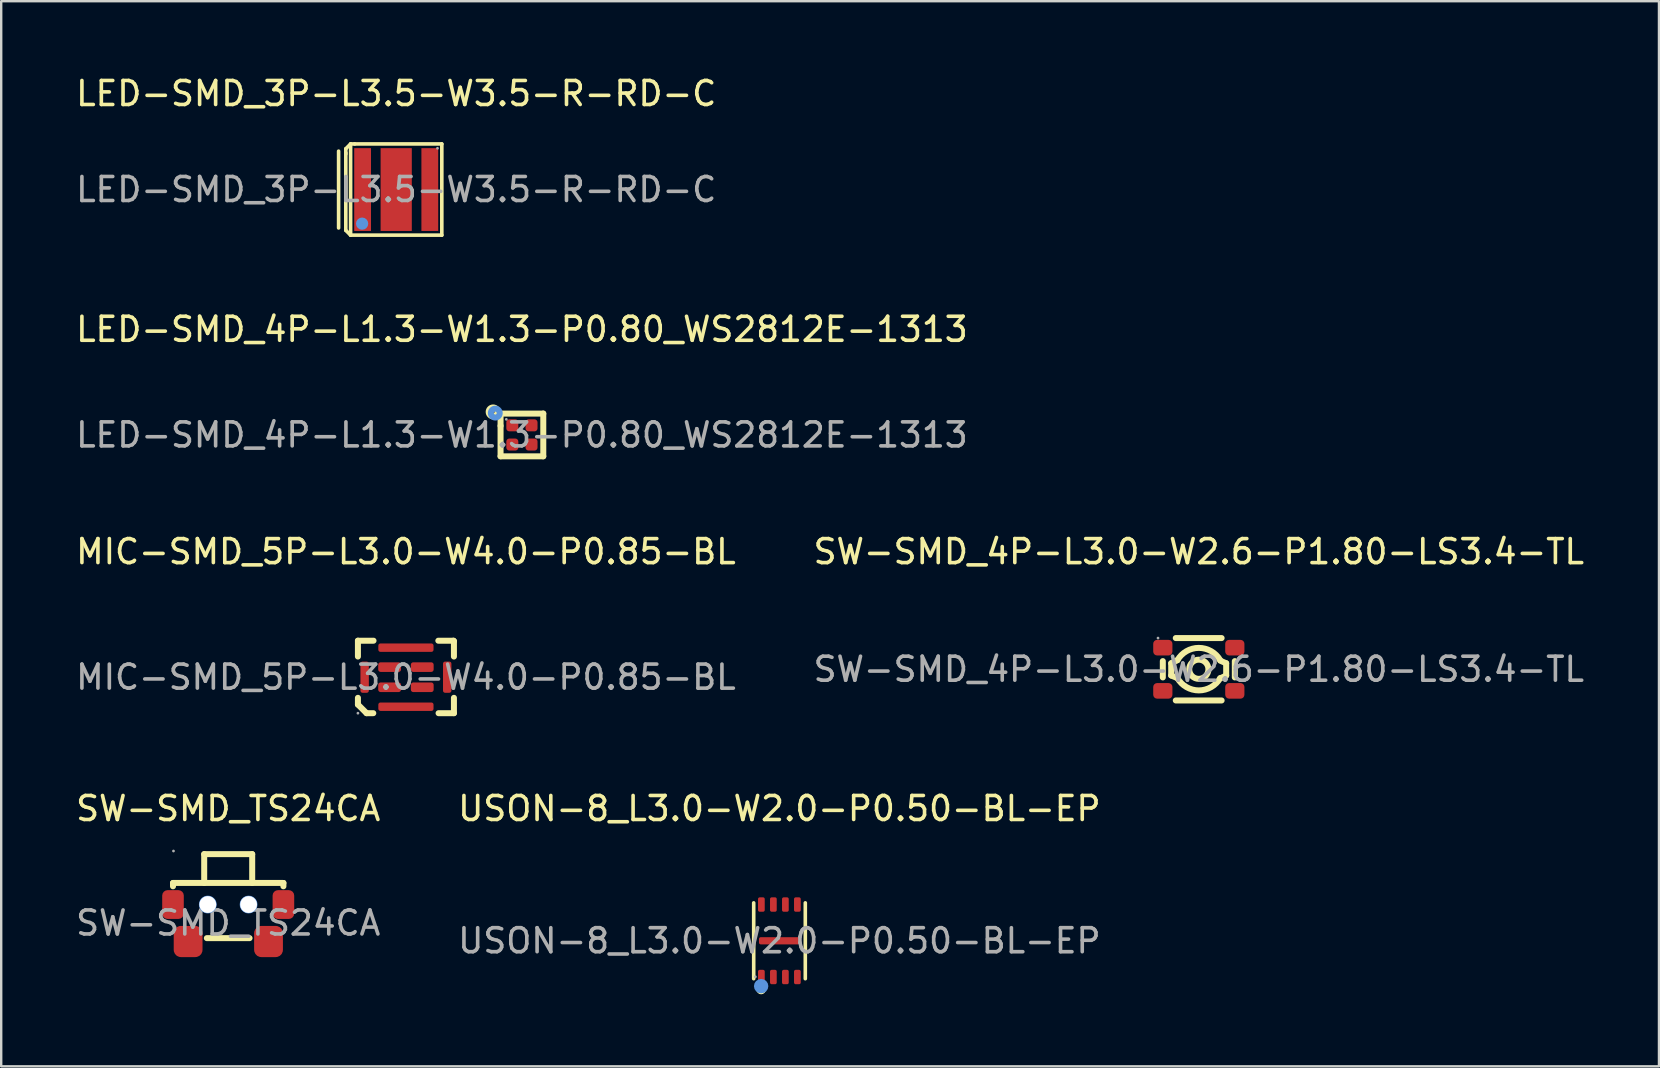
<source format=kicad_pcb>
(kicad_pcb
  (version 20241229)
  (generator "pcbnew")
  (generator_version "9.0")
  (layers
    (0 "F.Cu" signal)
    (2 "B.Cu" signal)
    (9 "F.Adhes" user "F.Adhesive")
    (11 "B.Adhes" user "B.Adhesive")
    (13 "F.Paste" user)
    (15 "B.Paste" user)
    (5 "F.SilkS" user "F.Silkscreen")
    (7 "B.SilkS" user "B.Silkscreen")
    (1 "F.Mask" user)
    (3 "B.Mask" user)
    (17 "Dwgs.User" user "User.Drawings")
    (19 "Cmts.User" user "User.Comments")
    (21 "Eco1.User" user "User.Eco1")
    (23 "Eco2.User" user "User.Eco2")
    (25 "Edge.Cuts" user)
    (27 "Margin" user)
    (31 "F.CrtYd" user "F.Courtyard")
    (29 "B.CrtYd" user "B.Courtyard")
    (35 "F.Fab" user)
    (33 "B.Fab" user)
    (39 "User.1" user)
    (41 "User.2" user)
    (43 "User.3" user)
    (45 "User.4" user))
  (footprint "SW-SMD_4P-L3.0-W2.6-P1.80-LS3.4-TL"
    (layer "F.Cu")
    (at 46.899 24.835)
    (property "Reference" "SW-SMD_4P-L3.0-W2.6-P1.80-LS3.4-TL" (at 0 -4.9 0) (layer "F.SilkS") (effects (font (size 1 1) (thickness 0.15))))
    (attr smd)
    (fp_line (start -1.5 -0.34) (end -1.5 0.34) (stroke (width 0.25) (type solid)) (layer "F.SilkS"))
    (fp_line (start -1.15 -0.25) (end -1.15 0.26) (stroke (width 0.25) (type solid)) (layer "F.SilkS"))
    (fp_line (start -1.15 0.26) (end -0.89 0.37) (stroke (width 0.25) (type solid)) (layer "F.SilkS"))
    (fp_line (start -0.89 -0.38) (end -1.15 -0.25) (stroke (width 0.25) (type solid)) (layer "F.SilkS"))
    (fp_line (start 0.89 0.38) (end 1.14 0.26) (stroke (width 0.25) (type solid)) (layer "F.SilkS"))
    (fp_line (start 0.95 -1.3) (end -0.96 -1.3) (stroke (width 0.25) (type solid)) (layer "F.SilkS"))
    (fp_line (start 0.95 1.3) (end -0.96 1.3) (stroke (width 0.25) (type solid)) (layer "F.SilkS"))
    (fp_line (start 1.14 -0.25) (end 0.89 -0.36) (stroke (width 0.25) (type solid)) (layer "F.SilkS"))
    (fp_line (start 1.14 0.26) (end 1.14 -0.25) (stroke (width 0.25) (type solid)) (layer "F.SilkS"))
    (fp_line (start 1.5 0.34) (end 1.5 -0.34) (stroke (width 0.25) (type solid)) (layer "F.SilkS"))
    (fp_arc (start -0.891384 -0.377623) (mid -0.001375 -0.890775) (end 0.89 -0.38) (stroke (width 0.25) (type solid)) (layer "F.SilkS"))
    (fp_arc (start 0.891384 0.367623) (mid 0.001375 0.880775) (end -0.89 0.37) (stroke (width 0.25) (type solid)) (layer "F.SilkS"))
    (fp_circle (center 0 0) (end 0.4 0) (stroke (width 0.25) (type solid)) (fill no) (layer "F.SilkS"))
    (fp_circle (center -1.7 -1.3) (end -1.67 -1.3) (stroke (width 0.06) (type solid)) (fill no) (layer "F.Fab"))
    (fp_text user "${REFERENCE}" (at 0 0 0) (layer "F.Fab") (effects (font (size 1 1) (thickness 0.15))))
    (pad "1" smd roundrect (at -1.5 -0.9) (size 0.8 0.65) (layers "F.Cu" "F.Mask" "F.Paste") (roundrect_rratio 0.25))
    (pad "2" smd roundrect (at -1.5 0.9) (size 0.8 0.65) (layers "F.Cu" "F.Mask" "F.Paste") (roundrect_rratio 0.25))
    (pad "3" smd roundrect (at 1.5 0.9) (size 0.8 0.65) (layers "F.Cu" "F.Mask" "F.Paste") (roundrect_rratio 0.25))
    (pad "4" smd roundrect (at 1.5 -0.9) (size 0.8 0.65) (layers "F.Cu" "F.Mask" "F.Paste") (roundrect_rratio 0.25)))
  (footprint "USON-8_L3.0-W2.0-P0.50-BL-EP"
    (layer "F.Cu")
    (at 29.423 36.148)
    (property "Reference" "USON-8_L3.0-W2.0-P0.50-BL-EP" (at 0 -5.51 0) (layer "F.SilkS") (effects (font (size 1 1) (thickness 0.15))))
    (attr smd)
    (fp_line (start -1.07 -1.58) (end -1.07 1.58) (stroke (width 0.15) (type solid)) (layer "F.SilkS"))
    (fp_line (start 1.08 1.58) (end 1.08 -1.58) (stroke (width 0.15) (type solid)) (layer "F.SilkS"))
    (fp_circle (center -0.76 2.03) (end -0.66 2.03) (stroke (width 0.2) (type solid)) (fill no) (layer "F.SilkS"))
    (fp_circle (center -0.76 1.89) (end -0.61 1.89) (stroke (width 0.3) (type solid)) (fill no) (layer "Cmts.User"))
    (fp_circle (center -1 1.5) (end -0.97 1.5) (stroke (width 0.06) (type solid)) (fill no) (layer "F.Fab"))
    (fp_text user "${REFERENCE}" (at 0 0 0) (layer "F.Fab") (effects (font (size 1 1) (thickness 0.15))))
    (pad "1" smd roundrect (at -0.75 1.51 270) (size 0.6 0.28) (layers "F.Cu" "F.Mask" "F.Paste") (roundrect_rratio 0.25))
    (pad "2" smd roundrect (at -0.25 1.51 270) (size 0.6 0.28) (layers "F.Cu" "F.Mask" "F.Paste") (roundrect_rratio 0.25))
    (pad "3" smd roundrect (at 0.25 1.51 270) (size 0.6 0.28) (layers "F.Cu" "F.Mask" "F.Paste") (roundrect_rratio 0.25))
    (pad "4" smd roundrect (at 0.75 1.51 270) (size 0.6 0.28) (layers "F.Cu" "F.Mask" "F.Paste") (roundrect_rratio 0.25))
    (pad "5" smd roundrect (at 0.75 -1.51 270) (size 0.6 0.28) (layers "F.Cu" "F.Mask" "F.Paste") (roundrect_rratio 0.25))
    (pad "6" smd roundrect (at 0.25 -1.51 270) (size 0.6 0.28) (layers "F.Cu" "F.Mask" "F.Paste") (roundrect_rratio 0.25))
    (pad "7" smd roundrect (at -0.25 -1.51 270) (size 0.6 0.28) (layers "F.Cu" "F.Mask" "F.Paste") (roundrect_rratio 0.25))
    (pad "8" smd roundrect (at -0.75 -1.51 270) (size 0.6 0.28) (layers "F.Cu" "F.Mask" "F.Paste") (roundrect_rratio 0.25))
    (pad "9" smd roundrect (at 0 0 90) (size 0.3 1.7) (layers "F.Cu" "F.Mask" "F.Paste") (roundrect_rratio 0.25)))
  (footprint "LED-SMD_4P-L1.3-W1.3-P0.80_WS2812E-1313"
    (layer "F.Cu")
    (at 18.696 15.072)
    (property "Reference" "LED-SMD_4P-L1.3-W1.3-P0.80_WS2812E-1313" (at 0 -4.4 0) (layer "F.SilkS") (effects (font (size 1 1) (thickness 0.15))))
    (attr smd)
    (fp_line (start -0.89 -0.89) (end 0.89 -0.89) (stroke (width 0.25) (type solid)) (layer "F.SilkS"))
    (fp_line (start -0.89 -0.38) (end -0.89 -0.89) (stroke (width 0.25) (type solid)) (layer "F.SilkS"))
    (fp_line (start -0.89 0.89) (end -0.89 -0.38) (stroke (width 0.25) (type solid)) (layer "F.SilkS"))
    (fp_line (start 0.89 -0.89) (end 0.89 0.89) (stroke (width 0.25) (type solid)) (layer "F.SilkS"))
    (fp_line (start 0.89 0.89) (end -0.89 0.89) (stroke (width 0.25) (type solid)) (layer "F.SilkS"))
    (fp_circle (center -1.2 -0.96) (end -1.14 -0.96) (stroke (width 0.25) (type solid)) (fill no) (layer "F.SilkS"))
    (fp_circle (center -1.11 -0.91) (end -1.05 -0.91) (stroke (width 0.25) (type solid)) (fill no) (layer "Cmts.User"))
    (fp_circle (center -0.65 -0.65) (end -0.62 -0.65) (stroke (width 0.06) (type solid)) (fill no) (layer "F.Fab"))
    (fp_text user "${REFERENCE}" (at 0 0 0) (layer "F.Fab") (effects (font (size 1 1) (thickness 0.15))))
    (pad "1" smd roundrect (at -0.4 -0.4) (size 0.5 0.5) (layers "F.Cu" "F.Mask" "F.Paste") (roundrect_rratio 0.25))
    (pad "2" smd roundrect (at -0.4 0.4) (size 0.5 0.5) (layers "F.Cu" "F.Mask" "F.Paste") (roundrect_rratio 0.25))
    (pad "3" smd roundrect (at 0.4 0.4) (size 0.5 0.5) (layers "F.Cu" "F.Mask" "F.Paste") (roundrect_rratio 0.25))
    (pad "4" smd roundrect (at 0.4 -0.4) (size 0.5 0.5) (layers "F.Cu" "F.Mask" "F.Paste") (roundrect_rratio 0.25)))
  (footprint "SW-SMD_TS24CA"
    (layer "F.Cu")
    (at 6.458 35.408)
    (property "Reference" "SW-SMD_TS24CA" (at 0 -4.77 0) (layer "F.SilkS") (effects (font (size 1 1) (thickness 0.15))))
    (attr smd)
    (fp_line (start -2.3 -1.67) (end 2.3 -1.67) (stroke (width 0.25) (type solid)) (layer "F.SilkS"))
    (fp_line (start -2.3 -1.53) (end -2.3 -1.67) (stroke (width 0.25) (type solid)) (layer "F.SilkS"))
    (fp_line (start -1 -2.87) (end -1 -1.67) (stroke (width 0.25) (type solid)) (layer "F.SilkS"))
    (fp_line (start -1 -2.87) (end 1 -2.87) (stroke (width 0.25) (type solid)) (layer "F.SilkS"))
    (fp_line (start -0.89 0.63) (end 0.89 0.63) (stroke (width 0.25) (type solid)) (layer "F.SilkS"))
    (fp_line (start 1 -2.87) (end 1 -1.67) (stroke (width 0.25) (type solid)) (layer "F.SilkS"))
    (fp_line (start 2.3 -1.67) (end 2.3 -1.53) (stroke (width 0.25) (type solid)) (layer "F.SilkS"))
    (fp_circle (center -0.85 -0.77) (end -0.73 -0.77) (stroke (width 0.25) (type solid)) (fill no) (layer "Cmts.User"))
    (fp_circle (center 0.85 -0.77) (end 0.97 -0.77) (stroke (width 0.25) (type solid)) (fill no) (layer "Cmts.User"))
    (fp_circle (center -2.28 -3) (end -2.25 -3) (stroke (width 0.06) (type solid)) (fill no) (layer "F.Fab"))
    (fp_text user "${REFERENCE}" (at 0 0 0) (layer "F.Fab") (effects (font (size 1 1) (thickness 0.15))))
    (pad "" thru_hole circle (at -0.85 -0.77) (size 0.7 0.7) (drill 0.7) (layers "*.Cu" "*.Mask"))
    (pad "" thru_hole circle (at 0.85 -0.77) (size 0.7 0.7) (drill 0.7) (layers "*.Cu" "*.Mask"))
    (pad "1" smd roundrect (at -1.67 0.77 180) (size 1.2 1.3) (layers "F.Cu" "F.Mask" "F.Paste") (roundrect_rratio 0.25))
    (pad "2" smd roundrect (at 1.68 0.77 180) (size 1.2 1.3) (layers "F.Cu" "F.Mask" "F.Paste") (roundrect_rratio 0.25))
    (pad "3" smd roundrect (at -2.3 -0.77) (size 0.9 1.2) (layers "F.Cu" "F.Mask" "F.Paste") (roundrect_rratio 0.25))
    (pad "4" smd roundrect (at 2.3 -0.77 180) (size 0.9 1.2) (layers "F.Cu" "F.Mask" "F.Paste") (roundrect_rratio 0.25)))
  (footprint "LED-SMD_3P-L3.5-W3.5-R-RD-C"
    (layer "F.Cu")
    (at 13.458 4.848)
    (property "Reference" "LED-SMD_3P-L3.5-W3.5-R-RD-C" (at 0 -4 0) (layer "F.SilkS") (effects (font (size 1 1) (thickness 0.15))))
    (attr smd)
    (fp_line (start -2.4 -1.6) (end -2.4 1.6) (stroke (width 0.15) (type solid)) (layer "F.SilkS"))
    (fp_line (start -2.1 -1.7) (end -2.1 -1.48) (stroke (width 0.15) (type solid)) (layer "F.SilkS"))
    (fp_line (start -2.1 -1.53) (end -2.1 1.7) (stroke (width 0.15) (type solid)) (layer "F.SilkS"))
    (fp_line (start -2.1 1.7) (end -1.9 1.9) (stroke (width 0.15) (type solid)) (layer "F.SilkS"))
    (fp_line (start -1.9 -1.9) (end -2.1 -1.7) (stroke (width 0.15) (type solid)) (layer "F.SilkS"))
    (fp_line (start -1.9 -1.9) (end -1.9 1.9) (stroke (width 0.15) (type solid)) (layer "F.SilkS"))
    (fp_line (start -1.9 1.9) (end 1.9 1.9) (stroke (width 0.15) (type solid)) (layer "F.SilkS"))
    (fp_line (start -1.73 -1.9) (end -1.9 -1.9) (stroke (width 0.15) (type solid)) (layer "F.SilkS"))
    (fp_line (start 1.9 -1.9) (end -1.73 -1.9) (stroke (width 0.15) (type solid)) (layer "F.SilkS"))
    (fp_line (start 1.9 1.9) (end 1.9 -1.9) (stroke (width 0.15) (type solid)) (layer "F.SilkS"))
    (fp_circle (center -1.42 1.42) (end -1.29 1.42) (stroke (width 0.25) (type solid)) (fill no) (layer "Cmts.User"))
    (fp_circle (center 1.72 -1.72) (end 1.75 -1.72) (stroke (width 0.06) (type solid)) (fill no) (layer "F.Fab"))
    (fp_text user "${REFERENCE}" (at 0 0 0) (layer "F.Fab") (effects (font (size 1 1) (thickness 0.15))))
    (pad "1" smd rect (at 1.4 0) (size 0.7 3.45) (layers "F.Cu" "F.Mask" "F.Paste"))
    (pad "2" smd rect (at -1.4 0) (size 0.7 3.45) (layers "F.Cu" "F.Mask" "F.Paste"))
    (pad "3" smd rect (at 0 0) (size 1.3 3.45) (layers "F.Cu" "F.Mask" "F.Paste")))
  (footprint "MIC-SMD_5P-L3.0-W4.0-P0.85-BL"
    (layer "F.Cu")
    (at 13.863 25.165)
    (property "Reference" "MIC-SMD_5P-L3.0-W4.0-P0.85-BL" (at 0 -5.23 0) (layer "F.SilkS") (effects (font (size 1 1) (thickness 0.15))))
    (attr smd)
    (fp_line (start -2 -1.52) (end -2 -0.86) (stroke (width 0.25) (type solid)) (layer "F.SilkS"))
    (fp_line (start -2 -1.52) (end -1.35 -1.52) (stroke (width 0.25) (type solid)) (layer "F.SilkS"))
    (fp_line (start -2 0.86) (end -2 1.14) (stroke (width 0.25) (type solid)) (layer "F.SilkS"))
    (fp_line (start -2 1.14) (end -1.64 1.5) (stroke (width 0.25) (type solid)) (layer "F.SilkS"))
    (fp_line (start -1.64 1.5) (end -1.36 1.5) (stroke (width 0.25) (type solid)) (layer "F.SilkS"))
    (fp_line (start 1.35 -1.52) (end 1.98 -1.52) (stroke (width 0.25) (type solid)) (layer "F.SilkS"))
    (fp_line (start 1.36 1.5) (end 2 1.5) (stroke (width 0.25) (type solid)) (layer "F.SilkS"))
    (fp_line (start 1.98 -1.52) (end 2 -1.5) (stroke (width 0.25) (type solid)) (layer "F.SilkS"))
    (fp_line (start 2 -1.5) (end 2 -0.86) (stroke (width 0.25) (type solid)) (layer "F.SilkS"))
    (fp_line (start 2 0.86) (end 2 1.5) (stroke (width 0.25) (type solid)) (layer "F.SilkS"))
    (fp_circle (center -2 1.5) (end -1.97 1.5) (stroke (width 0.06) (type solid)) (fill no) (layer "F.Fab"))
    (fp_text user "${REFERENCE}" (at 0 0 0) (layer "F.Fab") (effects (font (size 1 1) (thickness 0.15))))
    (pad "1" smd roundrect (at -0.68 0.42 90) (size 0.4 0.95) (layers "F.Cu" "F.Mask" "F.Paste") (roundrect_rratio 0.25))
    (pad "2" smd roundrect (at 0.68 0.42 90) (size 0.4 0.95) (layers "F.Cu" "F.Mask" "F.Paste") (roundrect_rratio 0.25))
    (pad "3" smd roundrect (at 0.68 -0.42 90) (size 0.4 0.95) (layers "F.Cu" "F.Mask" "F.Paste") (roundrect_rratio 0.25))
    (pad "4" smd roundrect (at -0.68 -0.42 90) (size 0.4 0.95) (layers "F.Cu" "F.Mask" "F.Paste") (roundrect_rratio 0.25))
    (pad "5" smd roundrect (at -1.72 0 180) (size 0.35 1.3) (layers "F.Cu" "F.Mask" "F.Paste") (roundrect_rratio 0.25))
    (pad "5" smd roundrect (at 0 -1.23 270) (size 0.35 2.3) (layers "F.Cu" "F.Mask" "F.Paste") (roundrect_rratio 0.25))
    (pad "5" smd roundrect (at 0 1.23 270) (size 0.35 2.3) (layers "F.Cu" "F.Mask" "F.Paste") (roundrect_rratio 0.25))
    (pad "5" smd roundrect (at 1.72 0 180) (size 0.35 1.3) (layers "F.Cu" "F.Mask" "F.Paste") (roundrect_rratio 0.25)))
  (gr_rect
    (start -3 -3)
    (end 66.071 41.378)
    (stroke (width 0.1) (type default))
    (fill no)
    (layer "Edge.Cuts")))
</source>
